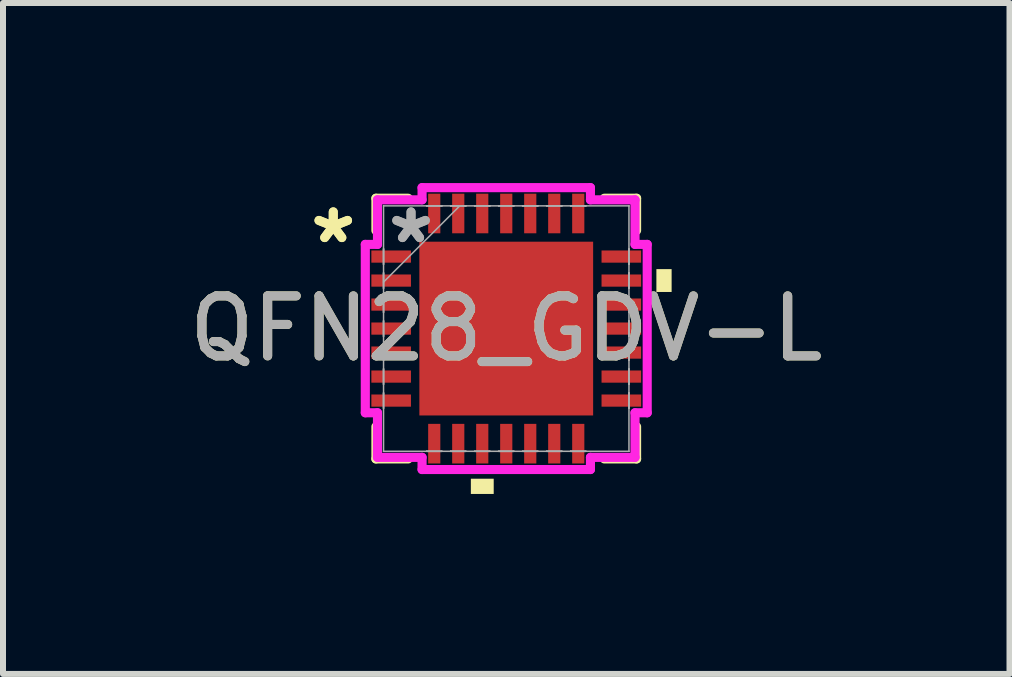
<source format=kicad_pcb>
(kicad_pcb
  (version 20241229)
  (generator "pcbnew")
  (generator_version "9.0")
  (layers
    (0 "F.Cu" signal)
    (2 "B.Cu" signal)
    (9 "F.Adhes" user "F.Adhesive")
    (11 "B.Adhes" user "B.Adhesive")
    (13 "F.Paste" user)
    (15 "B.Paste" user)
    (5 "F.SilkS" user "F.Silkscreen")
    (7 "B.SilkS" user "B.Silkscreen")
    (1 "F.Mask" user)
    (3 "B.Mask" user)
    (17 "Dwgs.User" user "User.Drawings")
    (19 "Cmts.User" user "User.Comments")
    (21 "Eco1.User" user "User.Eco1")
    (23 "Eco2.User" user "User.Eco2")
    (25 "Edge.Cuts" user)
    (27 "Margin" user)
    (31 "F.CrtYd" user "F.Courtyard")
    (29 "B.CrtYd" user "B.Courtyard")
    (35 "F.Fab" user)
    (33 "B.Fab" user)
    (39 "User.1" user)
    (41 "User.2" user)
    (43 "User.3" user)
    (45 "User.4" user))
  (footprint "QFN28_GDV-L"
    (layer "F.Cu")
    (at 5.387 2.426)
    (property "Reference" "QFN28_GDV-L" (at 0 0 0) (unlocked yes) (layer "F.SilkS") (effects (font (size 1 1) (thickness 0.15))))
    (attr smd)
    (fp_line (start -2.172 -2.172) (end -2.172 -1.634) (stroke (width 0.152) (type solid)) (layer "F.SilkS"))
    (fp_line (start -2.172 1.634) (end -2.172 2.172) (stroke (width 0.152) (type solid)) (layer "F.SilkS"))
    (fp_line (start -2.172 2.172) (end -1.634 2.172) (stroke (width 0.152) (type solid)) (layer "F.SilkS"))
    (fp_line (start -1.634 -2.172) (end -2.172 -2.172) (stroke (width 0.152) (type solid)) (layer "F.SilkS"))
    (fp_line (start 1.634 2.172) (end 2.172 2.172) (stroke (width 0.152) (type solid)) (layer "F.SilkS"))
    (fp_line (start 2.172 -2.172) (end 1.634 -2.172) (stroke (width 0.152) (type solid)) (layer "F.SilkS"))
    (fp_line (start 2.172 -1.634) (end 2.172 -2.172) (stroke (width 0.152) (type solid)) (layer "F.SilkS"))
    (fp_line (start 2.172 2.172) (end 2.172 1.634) (stroke (width 0.152) (type solid)) (layer "F.SilkS"))
    (fp_poly (pts (xy -0.59 2.502) (xy -0.59 2.756) (xy -0.209 2.756) (xy -0.209 2.502)) (stroke (width 0) (type solid)) (fill yes) (layer "F.SilkS"))
    (fp_poly (pts (xy 2.756 -0.991) (xy 2.756 -0.61) (xy 2.502 -0.61) (xy 2.502 -0.991)) (stroke (width 0) (type solid)) (fill yes) (layer "F.SilkS"))
    (fp_poly (pts (xy -1.348 -1.348) (xy -1.348 -0.1) (xy -0.1 -0.1) (xy -0.1 -1.348)) (stroke (width 0) (type solid)) (fill yes) (layer "F.Paste"))
    (fp_poly (pts (xy -1.348 0.1) (xy -1.348 1.348) (xy -0.1 1.348) (xy -0.1 0.1)) (stroke (width 0) (type solid)) (fill yes) (layer "F.Paste"))
    (fp_poly (pts (xy 0.1 -1.348) (xy 0.1 -0.1) (xy 1.348 -0.1) (xy 1.348 -1.348)) (stroke (width 0) (type solid)) (fill yes) (layer "F.Paste"))
    (fp_poly (pts (xy 0.1 0.1) (xy 0.1 1.348) (xy 1.348 1.348) (xy 1.348 0.1)) (stroke (width 0) (type solid)) (fill yes) (layer "F.Paste"))
    (fp_line (start -2.349 -1.403) (end -2.146 -1.403) (stroke (width 0.152) (type solid)) (layer "F.CrtYd"))
    (fp_line (start -2.349 1.403) (end -2.349 -1.403) (stroke (width 0.152) (type solid)) (layer "F.CrtYd"))
    (fp_line (start -2.146 -2.146) (end -1.403 -2.146) (stroke (width 0.152) (type solid)) (layer "F.CrtYd"))
    (fp_line (start -2.146 -1.403) (end -2.146 -2.146) (stroke (width 0.152) (type solid)) (layer "F.CrtYd"))
    (fp_line (start -2.146 1.403) (end -2.349 1.403) (stroke (width 0.152) (type solid)) (layer "F.CrtYd"))
    (fp_line (start -2.146 2.146) (end -2.146 1.403) (stroke (width 0.152) (type solid)) (layer "F.CrtYd"))
    (fp_line (start -1.403 -2.349) (end 1.403 -2.349) (stroke (width 0.152) (type solid)) (layer "F.CrtYd"))
    (fp_line (start -1.403 -2.146) (end -1.403 -2.349) (stroke (width 0.152) (type solid)) (layer "F.CrtYd"))
    (fp_line (start -1.403 2.146) (end -2.146 2.146) (stroke (width 0.152) (type solid)) (layer "F.CrtYd"))
    (fp_line (start -1.403 2.349) (end -1.403 2.146) (stroke (width 0.152) (type solid)) (layer "F.CrtYd"))
    (fp_line (start 1.403 -2.349) (end 1.403 -2.146) (stroke (width 0.152) (type solid)) (layer "F.CrtYd"))
    (fp_line (start 1.403 -2.146) (end 2.146 -2.146) (stroke (width 0.152) (type solid)) (layer "F.CrtYd"))
    (fp_line (start 1.403 2.146) (end 1.403 2.349) (stroke (width 0.152) (type solid)) (layer "F.CrtYd"))
    (fp_line (start 1.403 2.349) (end -1.403 2.349) (stroke (width 0.152) (type solid)) (layer "F.CrtYd"))
    (fp_line (start 2.146 -2.146) (end 2.146 -1.403) (stroke (width 0.152) (type solid)) (layer "F.CrtYd"))
    (fp_line (start 2.146 -1.403) (end 2.349 -1.403) (stroke (width 0.152) (type solid)) (layer "F.CrtYd"))
    (fp_line (start 2.146 1.403) (end 2.146 2.146) (stroke (width 0.152) (type solid)) (layer "F.CrtYd"))
    (fp_line (start 2.146 2.146) (end 1.403 2.146) (stroke (width 0.152) (type solid)) (layer "F.CrtYd"))
    (fp_line (start 2.349 -1.403) (end 2.349 1.403) (stroke (width 0.152) (type solid)) (layer "F.CrtYd"))
    (fp_line (start 2.349 1.403) (end 2.146 1.403) (stroke (width 0.152) (type solid)) (layer "F.CrtYd"))
    (fp_line (start -2.045 -2.045) (end -2.045 -2.045) (stroke (width 0.025) (type solid)) (layer "F.Fab"))
    (fp_line (start -2.045 -2.045) (end -2.045 2.045) (stroke (width 0.025) (type solid)) (layer "F.Fab"))
    (fp_line (start -2.045 -1.327) (end -2.045 -1.327) (stroke (width 0.025) (type solid)) (layer "F.Fab"))
    (fp_line (start -2.045 -1.327) (end -2.045 -1.073) (stroke (width 0.025) (type solid)) (layer "F.Fab"))
    (fp_line (start -2.045 -1.073) (end -2.045 -1.327) (stroke (width 0.025) (type solid)) (layer "F.Fab"))
    (fp_line (start -2.045 -1.073) (end -2.045 -1.073) (stroke (width 0.025) (type solid)) (layer "F.Fab"))
    (fp_line (start -2.045 -0.927) (end -2.045 -0.927) (stroke (width 0.025) (type solid)) (layer "F.Fab"))
    (fp_line (start -2.045 -0.927) (end -2.045 -0.673) (stroke (width 0.025) (type solid)) (layer "F.Fab"))
    (fp_line (start -2.045 -0.775) (end -0.775 -2.045) (stroke (width 0.025) (type solid)) (layer "F.Fab"))
    (fp_line (start -2.045 -0.673) (end -2.045 -0.927) (stroke (width 0.025) (type solid)) (layer "F.Fab"))
    (fp_line (start -2.045 -0.673) (end -2.045 -0.673) (stroke (width 0.025) (type solid)) (layer "F.Fab"))
    (fp_line (start -2.045 -0.527) (end -2.045 -0.527) (stroke (width 0.025) (type solid)) (layer "F.Fab"))
    (fp_line (start -2.045 -0.527) (end -2.045 -0.273) (stroke (width 0.025) (type solid)) (layer "F.Fab"))
    (fp_line (start -2.045 -0.273) (end -2.045 -0.527) (stroke (width 0.025) (type solid)) (layer "F.Fab"))
    (fp_line (start -2.045 -0.273) (end -2.045 -0.273) (stroke (width 0.025) (type solid)) (layer "F.Fab"))
    (fp_line (start -2.045 -0.127) (end -2.045 -0.127) (stroke (width 0.025) (type solid)) (layer "F.Fab"))
    (fp_line (start -2.045 -0.127) (end -2.045 0.127) (stroke (width 0.025) (type solid)) (layer "F.Fab"))
    (fp_line (start -2.045 0.127) (end -2.045 -0.127) (stroke (width 0.025) (type solid)) (layer "F.Fab"))
    (fp_line (start -2.045 0.127) (end -2.045 0.127) (stroke (width 0.025) (type solid)) (layer "F.Fab"))
    (fp_line (start -2.045 0.273) (end -2.045 0.273) (stroke (width 0.025) (type solid)) (layer "F.Fab"))
    (fp_line (start -2.045 0.273) (end -2.045 0.527) (stroke (width 0.025) (type solid)) (layer "F.Fab"))
    (fp_line (start -2.045 0.527) (end -2.045 0.273) (stroke (width 0.025) (type solid)) (layer "F.Fab"))
    (fp_line (start -2.045 0.527) (end -2.045 0.527) (stroke (width 0.025) (type solid)) (layer "F.Fab"))
    (fp_line (start -2.045 0.673) (end -2.045 0.673) (stroke (width 0.025) (type solid)) (layer "F.Fab"))
    (fp_line (start -2.045 0.673) (end -2.045 0.927) (stroke (width 0.025) (type solid)) (layer "F.Fab"))
    (fp_line (start -2.045 0.927) (end -2.045 0.673) (stroke (width 0.025) (type solid)) (layer "F.Fab"))
    (fp_line (start -2.045 0.927) (end -2.045 0.927) (stroke (width 0.025) (type solid)) (layer "F.Fab"))
    (fp_line (start -2.045 1.073) (end -2.045 1.073) (stroke (width 0.025) (type solid)) (layer "F.Fab"))
    (fp_line (start -2.045 1.073) (end -2.045 1.327) (stroke (width 0.025) (type solid)) (layer "F.Fab"))
    (fp_line (start -2.045 1.327) (end -2.045 1.073) (stroke (width 0.025) (type solid)) (layer "F.Fab"))
    (fp_line (start -2.045 1.327) (end -2.045 1.327) (stroke (width 0.025) (type solid)) (layer "F.Fab"))
    (fp_line (start -2.045 2.045) (end -2.045 2.045) (stroke (width 0.025) (type solid)) (layer "F.Fab"))
    (fp_line (start -2.045 2.045) (end 2.045 2.045) (stroke (width 0.025) (type solid)) (layer "F.Fab"))
    (fp_line (start -1.327 -2.045) (end -1.327 -2.045) (stroke (width 0.025) (type solid)) (layer "F.Fab"))
    (fp_line (start -1.327 -2.045) (end -1.073 -2.045) (stroke (width 0.025) (type solid)) (layer "F.Fab"))
    (fp_line (start -1.327 2.045) (end -1.327 2.045) (stroke (width 0.025) (type solid)) (layer "F.Fab"))
    (fp_line (start -1.327 2.045) (end -1.073 2.045) (stroke (width 0.025) (type solid)) (layer "F.Fab"))
    (fp_line (start -1.073 -2.045) (end -1.327 -2.045) (stroke (width 0.025) (type solid)) (layer "F.Fab"))
    (fp_line (start -1.073 -2.045) (end -1.073 -2.045) (stroke (width 0.025) (type solid)) (layer "F.Fab"))
    (fp_line (start -1.073 2.045) (end -1.327 2.045) (stroke (width 0.025) (type solid)) (layer "F.Fab"))
    (fp_line (start -1.073 2.045) (end -1.073 2.045) (stroke (width 0.025) (type solid)) (layer "F.Fab"))
    (fp_line (start -0.927 -2.045) (end -0.927 -2.045) (stroke (width 0.025) (type solid)) (layer "F.Fab"))
    (fp_line (start -0.927 -2.045) (end -0.673 -2.045) (stroke (width 0.025) (type solid)) (layer "F.Fab"))
    (fp_line (start -0.927 2.045) (end -0.927 2.045) (stroke (width 0.025) (type solid)) (layer "F.Fab"))
    (fp_line (start -0.927 2.045) (end -0.673 2.045) (stroke (width 0.025) (type solid)) (layer "F.Fab"))
    (fp_line (start -0.673 -2.045) (end -0.927 -2.045) (stroke (width 0.025) (type solid)) (layer "F.Fab"))
    (fp_line (start -0.673 -2.045) (end -0.673 -2.045) (stroke (width 0.025) (type solid)) (layer "F.Fab"))
    (fp_line (start -0.673 2.045) (end -0.927 2.045) (stroke (width 0.025) (type solid)) (layer "F.Fab"))
    (fp_line (start -0.673 2.045) (end -0.673 2.045) (stroke (width 0.025) (type solid)) (layer "F.Fab"))
    (fp_line (start -0.527 -2.045) (end -0.527 -2.045) (stroke (width 0.025) (type solid)) (layer "F.Fab"))
    (fp_line (start -0.527 -2.045) (end -0.273 -2.045) (stroke (width 0.025) (type solid)) (layer "F.Fab"))
    (fp_line (start -0.527 2.045) (end -0.527 2.045) (stroke (width 0.025) (type solid)) (layer "F.Fab"))
    (fp_line (start -0.527 2.045) (end -0.273 2.045) (stroke (width 0.025) (type solid)) (layer "F.Fab"))
    (fp_line (start -0.273 -2.045) (end -0.527 -2.045) (stroke (width 0.025) (type solid)) (layer "F.Fab"))
    (fp_line (start -0.273 -2.045) (end -0.273 -2.045) (stroke (width 0.025) (type solid)) (layer "F.Fab"))
    (fp_line (start -0.273 2.045) (end -0.527 2.045) (stroke (width 0.025) (type solid)) (layer "F.Fab"))
    (fp_line (start -0.273 2.045) (end -0.273 2.045) (stroke (width 0.025) (type solid)) (layer "F.Fab"))
    (fp_line (start -0.127 -2.045) (end -0.127 -2.045) (stroke (width 0.025) (type solid)) (layer "F.Fab"))
    (fp_line (start -0.127 -2.045) (end 0.127 -2.045) (stroke (width 0.025) (type solid)) (layer "F.Fab"))
    (fp_line (start -0.127 2.045) (end -0.127 2.045) (stroke (width 0.025) (type solid)) (layer "F.Fab"))
    (fp_line (start -0.127 2.045) (end 0.127 2.045) (stroke (width 0.025) (type solid)) (layer "F.Fab"))
    (fp_line (start 0.127 -2.045) (end -0.127 -2.045) (stroke (width 0.025) (type solid)) (layer "F.Fab"))
    (fp_line (start 0.127 -2.045) (end 0.127 -2.045) (stroke (width 0.025) (type solid)) (layer "F.Fab"))
    (fp_line (start 0.127 2.045) (end -0.127 2.045) (stroke (width 0.025) (type solid)) (layer "F.Fab"))
    (fp_line (start 0.127 2.045) (end 0.127 2.045) (stroke (width 0.025) (type solid)) (layer "F.Fab"))
    (fp_line (start 0.273 -2.045) (end 0.273 -2.045) (stroke (width 0.025) (type solid)) (layer "F.Fab"))
    (fp_line (start 0.273 -2.045) (end 0.527 -2.045) (stroke (width 0.025) (type solid)) (layer "F.Fab"))
    (fp_line (start 0.273 2.045) (end 0.273 2.045) (stroke (width 0.025) (type solid)) (layer "F.Fab"))
    (fp_line (start 0.273 2.045) (end 0.527 2.045) (stroke (width 0.025) (type solid)) (layer "F.Fab"))
    (fp_line (start 0.527 -2.045) (end 0.273 -2.045) (stroke (width 0.025) (type solid)) (layer "F.Fab"))
    (fp_line (start 0.527 -2.045) (end 0.527 -2.045) (stroke (width 0.025) (type solid)) (layer "F.Fab"))
    (fp_line (start 0.527 2.045) (end 0.273 2.045) (stroke (width 0.025) (type solid)) (layer "F.Fab"))
    (fp_line (start 0.527 2.045) (end 0.527 2.045) (stroke (width 0.025) (type solid)) (layer "F.Fab"))
    (fp_line (start 0.673 -2.045) (end 0.673 -2.045) (stroke (width 0.025) (type solid)) (layer "F.Fab"))
    (fp_line (start 0.673 -2.045) (end 0.927 -2.045) (stroke (width 0.025) (type solid)) (layer "F.Fab"))
    (fp_line (start 0.673 2.045) (end 0.673 2.045) (stroke (width 0.025) (type solid)) (layer "F.Fab"))
    (fp_line (start 0.673 2.045) (end 0.927 2.045) (stroke (width 0.025) (type solid)) (layer "F.Fab"))
    (fp_line (start 0.927 -2.045) (end 0.673 -2.045) (stroke (width 0.025) (type solid)) (layer "F.Fab"))
    (fp_line (start 0.927 -2.045) (end 0.927 -2.045) (stroke (width 0.025) (type solid)) (layer "F.Fab"))
    (fp_line (start 0.927 2.045) (end 0.673 2.045) (stroke (width 0.025) (type solid)) (layer "F.Fab"))
    (fp_line (start 0.927 2.045) (end 0.927 2.045) (stroke (width 0.025) (type solid)) (layer "F.Fab"))
    (fp_line (start 1.073 -2.045) (end 1.073 -2.045) (stroke (width 0.025) (type solid)) (layer "F.Fab"))
    (fp_line (start 1.073 -2.045) (end 1.327 -2.045) (stroke (width 0.025) (type solid)) (layer "F.Fab"))
    (fp_line (start 1.073 2.045) (end 1.073 2.045) (stroke (width 0.025) (type solid)) (layer "F.Fab"))
    (fp_line (start 1.073 2.045) (end 1.327 2.045) (stroke (width 0.025) (type solid)) (layer "F.Fab"))
    (fp_line (start 1.327 -2.045) (end 1.073 -2.045) (stroke (width 0.025) (type solid)) (layer "F.Fab"))
    (fp_line (start 1.327 -2.045) (end 1.327 -2.045) (stroke (width 0.025) (type solid)) (layer "F.Fab"))
    (fp_line (start 1.327 2.045) (end 1.073 2.045) (stroke (width 0.025) (type solid)) (layer "F.Fab"))
    (fp_line (start 1.327 2.045) (end 1.327 2.045) (stroke (width 0.025) (type solid)) (layer "F.Fab"))
    (fp_line (start 2.045 -2.045) (end -2.045 -2.045) (stroke (width 0.025) (type solid)) (layer "F.Fab"))
    (fp_line (start 2.045 -2.045) (end 2.045 -2.045) (stroke (width 0.025) (type solid)) (layer "F.Fab"))
    (fp_line (start 2.045 -1.327) (end 2.045 -1.327) (stroke (width 0.025) (type solid)) (layer "F.Fab"))
    (fp_line (start 2.045 -1.327) (end 2.045 -1.073) (stroke (width 0.025) (type solid)) (layer "F.Fab"))
    (fp_line (start 2.045 -1.073) (end 2.045 -1.327) (stroke (width 0.025) (type solid)) (layer "F.Fab"))
    (fp_line (start 2.045 -1.073) (end 2.045 -1.073) (stroke (width 0.025) (type solid)) (layer "F.Fab"))
    (fp_line (start 2.045 -0.927) (end 2.045 -0.927) (stroke (width 0.025) (type solid)) (layer "F.Fab"))
    (fp_line (start 2.045 -0.927) (end 2.045 -0.673) (stroke (width 0.025) (type solid)) (layer "F.Fab"))
    (fp_line (start 2.045 -0.673) (end 2.045 -0.927) (stroke (width 0.025) (type solid)) (layer "F.Fab"))
    (fp_line (start 2.045 -0.673) (end 2.045 -0.673) (stroke (width 0.025) (type solid)) (layer "F.Fab"))
    (fp_line (start 2.045 -0.527) (end 2.045 -0.527) (stroke (width 0.025) (type solid)) (layer "F.Fab"))
    (fp_line (start 2.045 -0.527) (end 2.045 -0.273) (stroke (width 0.025) (type solid)) (layer "F.Fab"))
    (fp_line (start 2.045 -0.273) (end 2.045 -0.527) (stroke (width 0.025) (type solid)) (layer "F.Fab"))
    (fp_line (start 2.045 -0.273) (end 2.045 -0.273) (stroke (width 0.025) (type solid)) (layer "F.Fab"))
    (fp_line (start 2.045 -0.127) (end 2.045 -0.127) (stroke (width 0.025) (type solid)) (layer "F.Fab"))
    (fp_line (start 2.045 -0.127) (end 2.045 0.127) (stroke (width 0.025) (type solid)) (layer "F.Fab"))
    (fp_line (start 2.045 0.127) (end 2.045 -0.127) (stroke (width 0.025) (type solid)) (layer "F.Fab"))
    (fp_line (start 2.045 0.127) (end 2.045 0.127) (stroke (width 0.025) (type solid)) (layer "F.Fab"))
    (fp_line (start 2.045 0.273) (end 2.045 0.273) (stroke (width 0.025) (type solid)) (layer "F.Fab"))
    (fp_line (start 2.045 0.273) (end 2.045 0.527) (stroke (width 0.025) (type solid)) (layer "F.Fab"))
    (fp_line (start 2.045 0.527) (end 2.045 0.273) (stroke (width 0.025) (type solid)) (layer "F.Fab"))
    (fp_line (start 2.045 0.527) (end 2.045 0.527) (stroke (width 0.025) (type solid)) (layer "F.Fab"))
    (fp_line (start 2.045 0.673) (end 2.045 0.673) (stroke (width 0.025) (type solid)) (layer "F.Fab"))
    (fp_line (start 2.045 0.673) (end 2.045 0.927) (stroke (width 0.025) (type solid)) (layer "F.Fab"))
    (fp_line (start 2.045 0.927) (end 2.045 0.673) (stroke (width 0.025) (type solid)) (layer "F.Fab"))
    (fp_line (start 2.045 0.927) (end 2.045 0.927) (stroke (width 0.025) (type solid)) (layer "F.Fab"))
    (fp_line (start 2.045 1.073) (end 2.045 1.073) (stroke (width 0.025) (type solid)) (layer "F.Fab"))
    (fp_line (start 2.045 1.073) (end 2.045 1.327) (stroke (width 0.025) (type solid)) (layer "F.Fab"))
    (fp_line (start 2.045 1.327) (end 2.045 1.073) (stroke (width 0.025) (type solid)) (layer "F.Fab"))
    (fp_line (start 2.045 1.327) (end 2.045 1.327) (stroke (width 0.025) (type solid)) (layer "F.Fab"))
    (fp_line (start 2.045 2.045) (end 2.045 -2.045) (stroke (width 0.025) (type solid)) (layer "F.Fab"))
    (fp_line (start 2.045 2.045) (end 2.045 2.045) (stroke (width 0.025) (type solid)) (layer "F.Fab"))
    (fp_text user "*" (at -2.883 -1.4 0) (layer "F.SilkS") (effects (font (size 1 1) (thickness 0.15))))
    (fp_text user "*" (at -2.883 -1.4 0) (unlocked yes) (layer "F.SilkS") (effects (font (size 1 1) (thickness 0.15))))
    (fp_text user "*" (at -1.587 -1.4 0) (layer "F.Fab") (effects (font (size 1 1) (thickness 0.15))))
    (fp_text user "*" (at -1.587 -1.4 0) (unlocked yes) (layer "F.Fab") (effects (font (size 1 1) (thickness 0.15))))
    (fp_text user "${REFERENCE}" (at 0 0 0) (unlocked yes) (layer "F.Fab") (effects (font (size 1 1) (thickness 0.15))))
    (pad "1" smd rect (at -1.918 -1.2 90) (size 0.203 0.66) (layers "F.Cu" "F.Mask" "F.Paste"))
    (pad "2" smd rect (at -1.918 -0.8 90) (size 0.203 0.66) (layers "F.Cu" "F.Mask" "F.Paste"))
    (pad "3" smd rect (at -1.918 -0.4 90) (size 0.203 0.66) (layers "F.Cu" "F.Mask" "F.Paste"))
    (pad "4" smd rect (at -1.918 0 90) (size 0.203 0.66) (layers "F.Cu" "F.Mask" "F.Paste"))
    (pad "5" smd rect (at -1.918 0.4 90) (size 0.203 0.66) (layers "F.Cu" "F.Mask" "F.Paste"))
    (pad "6" smd rect (at -1.918 0.8 90) (size 0.203 0.66) (layers "F.Cu" "F.Mask" "F.Paste"))
    (pad "7" smd rect (at -1.918 1.2 90) (size 0.203 0.66) (layers "F.Cu" "F.Mask" "F.Paste"))
    (pad "8" smd rect (at -1.2 1.918) (size 0.203 0.66) (layers "F.Cu" "F.Mask" "F.Paste"))
    (pad "9" smd rect (at -0.8 1.918) (size 0.203 0.66) (layers "F.Cu" "F.Mask" "F.Paste"))
    (pad "10" smd rect (at -0.4 1.918) (size 0.203 0.66) (layers "F.Cu" "F.Mask" "F.Paste"))
    (pad "11" smd rect (at 0 1.918) (size 0.203 0.66) (layers "F.Cu" "F.Mask" "F.Paste"))
    (pad "12" smd rect (at 0.4 1.918) (size 0.203 0.66) (layers "F.Cu" "F.Mask" "F.Paste"))
    (pad "13" smd rect (at 0.8 1.918) (size 0.203 0.66) (layers "F.Cu" "F.Mask" "F.Paste"))
    (pad "14" smd rect (at 1.2 1.918) (size 0.203 0.66) (layers "F.Cu" "F.Mask" "F.Paste"))
    (pad "15" smd rect (at 1.918 1.2 90) (size 0.203 0.66) (layers "F.Cu" "F.Mask" "F.Paste"))
    (pad "16" smd rect (at 1.918 0.8 90) (size 0.203 0.66) (layers "F.Cu" "F.Mask" "F.Paste"))
    (pad "17" smd rect (at 1.918 0.4 90) (size 0.203 0.66) (layers "F.Cu" "F.Mask" "F.Paste"))
    (pad "18" smd rect (at 1.918 0 90) (size 0.203 0.66) (layers "F.Cu" "F.Mask" "F.Paste"))
    (pad "19" smd rect (at 1.918 -0.4 90) (size 0.203 0.66) (layers "F.Cu" "F.Mask" "F.Paste"))
    (pad "20" smd rect (at 1.918 -0.8 90) (size 0.203 0.66) (layers "F.Cu" "F.Mask" "F.Paste"))
    (pad "21" smd rect (at 1.918 -1.2 90) (size 0.203 0.66) (layers "F.Cu" "F.Mask" "F.Paste"))
    (pad "22" smd rect (at 1.2 -1.918) (size 0.203 0.66) (layers "F.Cu" "F.Mask" "F.Paste"))
    (pad "23" smd rect (at 0.8 -1.918) (size 0.203 0.66) (layers "F.Cu" "F.Mask" "F.Paste"))
    (pad "24" smd rect (at 0.4 -1.918) (size 0.203 0.66) (layers "F.Cu" "F.Mask" "F.Paste"))
    (pad "25" smd rect (at 0 -1.918) (size 0.203 0.66) (layers "F.Cu" "F.Mask" "F.Paste"))
    (pad "26" smd rect (at -0.4 -1.918) (size 0.203 0.66) (layers "F.Cu" "F.Mask" "F.Paste"))
    (pad "27" smd rect (at -0.8 -1.918) (size 0.203 0.66) (layers "F.Cu" "F.Mask" "F.Paste"))
    (pad "28" smd rect (at -1.2 -1.918) (size 0.203 0.66) (layers "F.Cu" "F.Mask" "F.Paste"))
    (pad "29" smd rect (at 0 0) (size 2.896 2.896) (layers "F.Cu" "F.Mask" "F.Paste")))
  (gr_rect
    (start -3 -3)
    (end 13.774 8.182)
    (stroke (width 0.1) (type default))
    (fill no)
    (layer "Edge.Cuts")))
</source>
